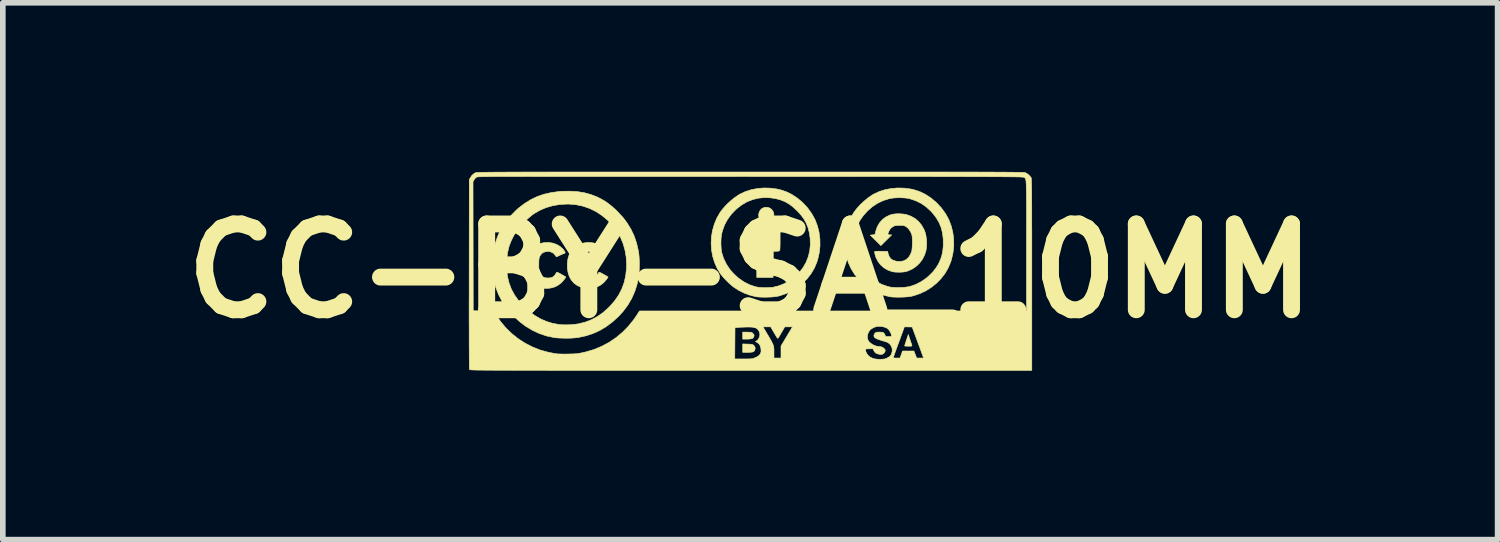
<source format=kicad_pcb>
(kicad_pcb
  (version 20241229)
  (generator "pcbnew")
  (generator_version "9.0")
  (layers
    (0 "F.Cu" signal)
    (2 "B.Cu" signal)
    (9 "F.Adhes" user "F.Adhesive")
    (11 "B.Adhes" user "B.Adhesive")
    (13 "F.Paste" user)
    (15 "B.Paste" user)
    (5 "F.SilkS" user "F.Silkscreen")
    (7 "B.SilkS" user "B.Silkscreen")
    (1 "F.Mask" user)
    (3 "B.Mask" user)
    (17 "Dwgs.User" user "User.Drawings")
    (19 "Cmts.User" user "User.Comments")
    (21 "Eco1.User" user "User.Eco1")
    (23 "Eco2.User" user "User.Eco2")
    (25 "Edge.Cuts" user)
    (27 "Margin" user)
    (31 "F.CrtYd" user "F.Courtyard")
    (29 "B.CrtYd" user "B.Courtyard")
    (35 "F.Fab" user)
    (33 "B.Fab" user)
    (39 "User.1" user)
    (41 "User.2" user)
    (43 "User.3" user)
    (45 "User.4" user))
  (footprint "CC-BY-SA_10MM"
    (layer "F.Cu")
    (at 10.276 1.763)
    (property "Reference" "CC-BY-SA_10MM" (at 0 0 0) (layer "F.SilkS") (effects (font (size 1.524 1.524) (thickness 0.3))))
    (attr exclude_from_pos_files exclude_from_bom)
    (fp_poly (pts (xy -0.047 1.299) (xy -0.007 1.3) (xy 0.021 1.303) (xy 0.04 1.307) (xy 0.053 1.313) (xy 0.06 1.318) (xy 0.081 1.342) (xy 0.089 1.372) (xy 0.082 1.404) (xy 0.073 1.421) (xy 0.06 1.432) (xy 0.04 1.44) (xy 0.01 1.444) (xy -0.031 1.446) (xy -0.051 1.446) (xy -0.133 1.446) (xy -0.133 1.296) (xy -0.047 1.299)) (stroke (width 0.01) (type solid)) (fill yes) (layer "F.SilkS"))
    (fp_poly (pts (xy -0.018 1.087) (xy 0.006 1.088) (xy 0.022 1.091) (xy 0.033 1.096) (xy 0.044 1.105) (xy 0.047 1.109) (xy 0.065 1.13) (xy 0.07 1.149) (xy 0.063 1.171) (xy 0.061 1.175) (xy 0.05 1.191) (xy 0.03 1.202) (xy -0.000403 1.208) (xy -0.043 1.211) (xy -0.064 1.211) (xy -0.133 1.211) (xy -0.133 1.086) (xy -0.054 1.086) (xy -0.018 1.087)) (stroke (width 0.01) (type solid)) (fill yes) (layer "F.SilkS"))
    (fp_poly (pts (xy 2.838 1.219) (xy 2.85 1.255) (xy 2.861 1.287) (xy 2.869 1.311) (xy 2.873 1.323) (xy 2.873 1.329) (xy 2.868 1.333) (xy 2.855 1.336) (xy 2.83 1.336) (xy 2.81 1.336) (xy 2.78 1.336) (xy 2.757 1.334) (xy 2.744 1.332) (xy 2.743 1.331) (xy 2.746 1.321) (xy 2.752 1.3) (xy 2.762 1.27) (xy 2.773 1.234) (xy 2.776 1.227) (xy 2.808 1.129) (xy 2.838 1.219)) (stroke (width 0.01) (type solid)) (fill yes) (layer "F.SilkS"))
    (fp_poly (pts (xy 0.314 -1.13) (xy 0.354 -1.114) (xy 0.386 -1.087) (xy 0.41 -1.05) (xy 0.421 -1.012) (xy 0.419 -0.974) (xy 0.407 -0.939) (xy 0.386 -0.908) (xy 0.358 -0.883) (xy 0.324 -0.867) (xy 0.286 -0.861) (xy 0.245 -0.867) (xy 0.219 -0.878) (xy 0.185 -0.903) (xy 0.162 -0.936) (xy 0.151 -0.973) (xy 0.151 -1.011) (xy 0.161 -1.048) (xy 0.18 -1.082) (xy 0.208 -1.109) (xy 0.245 -1.126) (xy 0.269 -1.131) (xy 0.314 -1.13)) (stroke (width 0.01) (type solid)) (fill yes) (layer "F.SilkS"))
    (fp_poly (pts (xy 0.512 -0.794) (xy 0.531 -0.774) (xy 0.531 -0.587) (xy 0.531 -0.534) (xy 0.531 -0.484) (xy 0.53 -0.44) (xy 0.529 -0.406) (xy 0.527 -0.383) (xy 0.527 -0.376) (xy 0.524 -0.364) (xy 0.518 -0.357) (xy 0.506 -0.353) (xy 0.485 -0.351) (xy 0.466 -0.35) (xy 0.41 -0.348) (xy 0.406 0.117) (xy 0.117 0.117) (xy 0.113 -0.348) (xy 0.057 -0.35) (xy 0 -0.352) (xy 0 -0.774) (xy 0.038 -0.813) (xy 0.493 -0.813) (xy 0.512 -0.794)) (stroke (width 0.01) (type solid)) (fill yes) (layer "F.SilkS"))
    (fp_poly (pts (xy -2.823 -0.505) (xy -2.748 -0.489) (xy -2.692 -0.468) (xy -2.663 -0.451) (xy -2.631 -0.426) (xy -2.598 -0.397) (xy -2.571 -0.369) (xy -2.554 -0.345) (xy -2.54 -0.322) (xy -2.616 -0.286) (xy -2.691 -0.25) (xy -2.709 -0.271) (xy -2.721 -0.287) (xy -2.727 -0.298) (xy -2.727 -0.299) (xy -2.734 -0.306) (xy -2.751 -0.318) (xy -2.774 -0.329) (xy -2.797 -0.34) (xy -2.818 -0.346) (xy -2.82 -0.347) (xy -2.856 -0.347) (xy -2.895 -0.339) (xy -2.931 -0.325) (xy -2.943 -0.316) (xy -2.961 -0.298) (xy -2.979 -0.273) (xy -2.986 -0.26) (xy -2.994 -0.244) (xy -2.999 -0.228) (xy -3.002 -0.209) (xy -3.004 -0.183) (xy -3.005 -0.148) (xy -3.005 -0.113) (xy -3.005 -0.069) (xy -3.004 -0.037) (xy -3.002 -0.014) (xy -2.999 0.004) (xy -2.993 0.02) (xy -2.984 0.037) (xy -2.981 0.043) (xy -2.958 0.081) (xy -2.93 0.106) (xy -2.895 0.12) (xy -2.85 0.125) (xy -2.842 0.125) (xy -2.801 0.122) (xy -2.768 0.114) (xy -2.741 0.096) (xy -2.716 0.068) (xy -2.69 0.027) (xy -2.689 0.025) (xy -2.683 0.023) (xy -2.668 0.027) (xy -2.645 0.038) (xy -2.61 0.057) (xy -2.606 0.059) (xy -2.575 0.077) (xy -2.549 0.092) (xy -2.532 0.102) (xy -2.525 0.106) (xy -2.528 0.114) (xy -2.538 0.13) (xy -2.554 0.151) (xy -2.573 0.175) (xy -2.594 0.198) (xy -2.613 0.216) (xy -2.613 0.217) (xy -2.67 0.259) (xy -2.736 0.289) (xy -2.807 0.306) (xy -2.884 0.31) (xy -2.942 0.304) (xy -3.017 0.285) (xy -3.081 0.253) (xy -3.137 0.21) (xy -3.182 0.156) (xy -3.216 0.092) (xy -3.238 0.019) (xy -3.249 -0.063) (xy -3.249 -0.134) (xy -3.238 -0.217) (xy -3.216 -0.289) (xy -3.183 -0.351) (xy -3.137 -0.404) (xy -3.08 -0.447) (xy -3.044 -0.467) (xy -2.974 -0.494) (xy -2.9 -0.506) (xy -2.823 -0.505)) (stroke (width 0.01) (type solid)) (fill yes) (layer "F.SilkS"))
    (fp_poly (pts (xy -3.508 -0.495) (xy -3.443 -0.473) (xy -3.384 -0.44) (xy -3.333 -0.397) (xy -3.305 -0.363) (xy -3.29 -0.337) (xy -3.287 -0.32) (xy -3.296 -0.313) (xy -3.299 -0.313) (xy -3.31 -0.309) (xy -3.33 -0.301) (xy -3.358 -0.289) (xy -3.375 -0.281) (xy -3.442 -0.25) (xy -3.46 -0.271) (xy -3.471 -0.287) (xy -3.477 -0.298) (xy -3.478 -0.299) (xy -3.484 -0.306) (xy -3.501 -0.318) (xy -3.524 -0.329) (xy -3.548 -0.34) (xy -3.568 -0.346) (xy -3.57 -0.347) (xy -3.606 -0.347) (xy -3.645 -0.339) (xy -3.681 -0.325) (xy -3.694 -0.316) (xy -3.712 -0.298) (xy -3.73 -0.273) (xy -3.737 -0.26) (xy -3.744 -0.244) (xy -3.749 -0.228) (xy -3.752 -0.209) (xy -3.754 -0.183) (xy -3.755 -0.148) (xy -3.755 -0.113) (xy -3.755 -0.069) (xy -3.754 -0.037) (xy -3.752 -0.014) (xy -3.749 0.004) (xy -3.743 0.02) (xy -3.735 0.037) (xy -3.732 0.043) (xy -3.708 0.081) (xy -3.68 0.106) (xy -3.646 0.12) (xy -3.601 0.125) (xy -3.592 0.125) (xy -3.551 0.122) (xy -3.518 0.114) (xy -3.491 0.096) (xy -3.466 0.068) (xy -3.44 0.027) (xy -3.439 0.025) (xy -3.433 0.023) (xy -3.419 0.027) (xy -3.395 0.038) (xy -3.36 0.057) (xy -3.356 0.059) (xy -3.325 0.077) (xy -3.299 0.092) (xy -3.282 0.102) (xy -3.276 0.106) (xy -3.278 0.114) (xy -3.288 0.13) (xy -3.304 0.151) (xy -3.324 0.175) (xy -3.344 0.198) (xy -3.363 0.216) (xy -3.364 0.217) (xy -3.421 0.259) (xy -3.486 0.289) (xy -3.558 0.306) (xy -3.634 0.31) (xy -3.693 0.304) (xy -3.767 0.285) (xy -3.833 0.253) (xy -3.888 0.209) (xy -3.933 0.154) (xy -3.967 0.088) (xy -3.989 0.014) (xy -3.999 -0.065) (xy -3.999 -0.143) (xy -3.987 -0.218) (xy -3.966 -0.285) (xy -3.959 -0.301) (xy -3.933 -0.341) (xy -3.897 -0.383) (xy -3.854 -0.421) (xy -3.808 -0.454) (xy -3.785 -0.466) (xy -3.718 -0.492) (xy -3.648 -0.505) (xy -3.577 -0.506) (xy -3.508 -0.495)) (stroke (width 0.01) (type solid)) (fill yes) (layer "F.SilkS"))
    (fp_poly (pts (xy 2.672 -1.015) (xy 2.728 -1.01) (xy 2.778 -1.001) (xy 2.778 -1) (xy 2.857 -0.972) (xy 2.929 -0.931) (xy 2.991 -0.878) (xy 3.044 -0.814) (xy 3.086 -0.74) (xy 3.107 -0.686) (xy 3.122 -0.627) (xy 3.131 -0.56) (xy 3.134 -0.49) (xy 3.131 -0.422) (xy 3.123 -0.364) (xy 3.097 -0.281) (xy 3.058 -0.205) (xy 3.007 -0.138) (xy 2.946 -0.08) (xy 2.876 -0.033) (xy 2.799 0.001) (xy 2.763 0.012) (xy 2.724 0.018) (xy 2.676 0.022) (xy 2.624 0.022) (xy 2.574 0.02) (xy 2.531 0.014) (xy 2.518 0.011) (xy 2.441 -0.017) (xy 2.373 -0.058) (xy 2.315 -0.109) (xy 2.268 -0.171) (xy 2.233 -0.241) (xy 2.216 -0.297) (xy 2.211 -0.325) (xy 2.21 -0.341) (xy 2.213 -0.348) (xy 2.215 -0.348) (xy 2.226 -0.35) (xy 2.249 -0.35) (xy 2.282 -0.351) (xy 2.321 -0.35) (xy 2.332 -0.35) (xy 2.441 -0.348) (xy 2.451 -0.305) (xy 2.469 -0.256) (xy 2.496 -0.219) (xy 2.534 -0.193) (xy 2.583 -0.176) (xy 2.603 -0.172) (xy 2.666 -0.168) (xy 2.722 -0.178) (xy 2.77 -0.202) (xy 2.812 -0.239) (xy 2.845 -0.291) (xy 2.866 -0.339) (xy 2.872 -0.365) (xy 2.876 -0.403) (xy 2.879 -0.448) (xy 2.881 -0.496) (xy 2.88 -0.545) (xy 2.878 -0.589) (xy 2.875 -0.625) (xy 2.87 -0.645) (xy 2.85 -0.693) (xy 2.822 -0.737) (xy 2.789 -0.772) (xy 2.771 -0.785) (xy 2.752 -0.796) (xy 2.736 -0.803) (xy 2.718 -0.807) (xy 2.693 -0.809) (xy 2.657 -0.809) (xy 2.654 -0.809) (xy 2.615 -0.808) (xy 2.587 -0.806) (xy 2.567 -0.802) (xy 2.549 -0.795) (xy 2.544 -0.792) (xy 2.507 -0.767) (xy 2.48 -0.736) (xy 2.463 -0.703) (xy 2.45 -0.674) (xy 2.447 -0.655) (xy 2.452 -0.645) (xy 2.468 -0.641) (xy 2.479 -0.641) (xy 2.513 -0.641) (xy 2.417 -0.545) (xy 2.321 -0.45) (xy 2.227 -0.543) (xy 2.133 -0.637) (xy 2.174 -0.641) (xy 2.215 -0.645) (xy 2.229 -0.702) (xy 2.255 -0.78) (xy 2.293 -0.849) (xy 2.343 -0.907) (xy 2.402 -0.954) (xy 2.471 -0.989) (xy 2.518 -1.005) (xy 2.561 -1.012) (xy 2.615 -1.016) (xy 2.672 -1.015)) (stroke (width 0.01) (type solid)) (fill yes) (layer "F.SilkS"))
    (fp_poly (pts (xy 0.359 -1.471) (xy 0.475 -1.456) (xy 0.536 -1.442) (xy 0.639 -1.408) (xy 0.739 -1.359) (xy 0.835 -1.296) (xy 0.927 -1.219) (xy 1.012 -1.129) (xy 1.027 -1.11) (xy 1.096 -1.014) (xy 1.152 -0.911) (xy 1.194 -0.801) (xy 1.223 -0.686) (xy 1.238 -0.568) (xy 1.24 -0.447) (xy 1.227 -0.326) (xy 1.2 -0.206) (xy 1.184 -0.157) (xy 1.141 -0.053) (xy 1.084 0.044) (xy 1.014 0.135) (xy 0.934 0.217) (xy 0.844 0.289) (xy 0.745 0.352) (xy 0.639 0.402) (xy 0.526 0.44) (xy 0.487 0.45) (xy 0.45 0.456) (xy 0.402 0.461) (xy 0.346 0.464) (xy 0.287 0.466) (xy 0.228 0.466) (xy 0.174 0.464) (xy 0.128 0.461) (xy 0.101 0.457) (xy -0.004 0.431) (xy -0.107 0.393) (xy -0.204 0.345) (xy -0.29 0.289) (xy -0.293 0.288) (xy -0.334 0.254) (xy -0.379 0.214) (xy -0.425 0.169) (xy -0.468 0.124) (xy -0.504 0.082) (xy -0.526 0.054) (xy -0.586 -0.044) (xy -0.632 -0.148) (xy -0.666 -0.258) (xy -0.687 -0.372) (xy -0.694 -0.488) (xy -0.693 -0.508) (xy -0.52 -0.508) (xy -0.519 -0.447) (xy -0.515 -0.391) (xy -0.509 -0.343) (xy -0.506 -0.326) (xy -0.472 -0.22) (xy -0.423 -0.121) (xy -0.361 -0.027) (xy -0.286 0.057) (xy -0.201 0.133) (xy -0.11 0.195) (xy -0.016 0.243) (xy 0.081 0.277) (xy 0.139 0.289) (xy 0.172 0.293) (xy 0.216 0.295) (xy 0.266 0.296) (xy 0.316 0.295) (xy 0.362 0.293) (xy 0.4 0.29) (xy 0.406 0.289) (xy 0.498 0.267) (xy 0.59 0.232) (xy 0.68 0.186) (xy 0.763 0.129) (xy 0.793 0.105) (xy 0.872 0.027) (xy 0.938 -0.059) (xy 0.992 -0.152) (xy 1.031 -0.252) (xy 1.057 -0.357) (xy 1.068 -0.467) (xy 1.064 -0.58) (xy 1.064 -0.585) (xy 1.049 -0.684) (xy 1.026 -0.772) (xy 0.994 -0.852) (xy 0.951 -0.927) (xy 0.895 -1.002) (xy 0.844 -1.057) (xy 0.77 -1.128) (xy 0.696 -1.185) (xy 0.619 -1.23) (xy 0.537 -1.263) (xy 0.447 -1.286) (xy 0.361 -1.299) (xy 0.252 -1.303) (xy 0.145 -1.293) (xy 0.041 -1.267) (xy -0.059 -1.227) (xy -0.153 -1.172) (xy -0.242 -1.103) (xy -0.256 -1.09) (xy -0.336 -1.007) (xy -0.402 -0.917) (xy -0.454 -0.821) (xy -0.492 -0.717) (xy -0.505 -0.668) (xy -0.513 -0.623) (xy -0.518 -0.568) (xy -0.52 -0.508) (xy -0.693 -0.508) (xy -0.689 -0.604) (xy -0.67 -0.718) (xy -0.638 -0.83) (xy -0.594 -0.938) (xy -0.535 -1.039) (xy -0.534 -1.041) (xy -0.485 -1.106) (xy -0.425 -1.173) (xy -0.357 -1.237) (xy -0.286 -1.296) (xy -0.215 -1.345) (xy -0.184 -1.364) (xy -0.088 -1.409) (xy 0.017 -1.443) (xy 0.128 -1.464) (xy 0.242 -1.474) (xy 0.359 -1.471)) (stroke (width 0.01) (type solid)) (fill yes) (layer "F.SilkS"))
    (fp_poly (pts (xy 2.735 -1.471) (xy 2.851 -1.456) (xy 2.911 -1.442) (xy 3.015 -1.408) (xy 3.115 -1.359) (xy 3.211 -1.296) (xy 3.303 -1.219) (xy 3.388 -1.129) (xy 3.403 -1.11) (xy 3.472 -1.014) (xy 3.528 -0.911) (xy 3.57 -0.801) (xy 3.599 -0.686) (xy 3.614 -0.568) (xy 3.616 -0.447) (xy 3.603 -0.326) (xy 3.576 -0.206) (xy 3.56 -0.157) (xy 3.517 -0.053) (xy 3.46 0.044) (xy 3.39 0.135) (xy 3.31 0.217) (xy 3.22 0.289) (xy 3.121 0.352) (xy 3.015 0.402) (xy 2.902 0.44) (xy 2.863 0.45) (xy 2.826 0.456) (xy 2.778 0.461) (xy 2.722 0.464) (xy 2.663 0.466) (xy 2.604 0.466) (xy 2.55 0.464) (xy 2.504 0.461) (xy 2.477 0.457) (xy 2.372 0.431) (xy 2.269 0.393) (xy 2.172 0.345) (xy 2.085 0.289) (xy 2.083 0.288) (xy 2.042 0.254) (xy 1.997 0.214) (xy 1.951 0.169) (xy 1.908 0.124) (xy 1.872 0.082) (xy 1.85 0.054) (xy 1.79 -0.044) (xy 1.743 -0.148) (xy 1.71 -0.258) (xy 1.689 -0.372) (xy 1.682 -0.486) (xy 1.846 -0.486) (xy 1.847 -0.459) (xy 1.857 -0.355) (xy 1.879 -0.258) (xy 1.915 -0.168) (xy 1.964 -0.081) (xy 2.028 0.002) (xy 2.082 0.059) (xy 2.165 0.134) (xy 2.25 0.193) (xy 2.34 0.24) (xy 2.435 0.273) (xy 2.485 0.286) (xy 2.526 0.291) (xy 2.577 0.294) (xy 2.635 0.295) (xy 2.695 0.293) (xy 2.752 0.289) (xy 2.803 0.282) (xy 2.839 0.275) (xy 2.942 0.239) (xy 3.039 0.189) (xy 3.131 0.125) (xy 3.184 0.078) (xy 3.247 0.014) (xy 3.298 -0.051) (xy 3.34 -0.118) (xy 3.357 -0.152) (xy 3.386 -0.219) (xy 3.406 -0.284) (xy 3.42 -0.352) (xy 3.428 -0.429) (xy 3.429 -0.462) (xy 3.428 -0.575) (xy 3.415 -0.677) (xy 3.391 -0.772) (xy 3.354 -0.861) (xy 3.304 -0.945) (xy 3.24 -1.028) (xy 3.209 -1.062) (xy 3.126 -1.138) (xy 3.037 -1.2) (xy 2.941 -1.247) (xy 2.838 -1.282) (xy 2.817 -1.287) (xy 2.761 -1.296) (xy 2.695 -1.3) (xy 2.625 -1.301) (xy 2.556 -1.297) (xy 2.494 -1.289) (xy 2.467 -1.283) (xy 2.36 -1.249) (xy 2.261 -1.202) (xy 2.168 -1.14) (xy 2.084 -1.066) (xy 2.008 -0.982) (xy 1.947 -0.894) (xy 1.901 -0.801) (xy 1.869 -0.703) (xy 1.851 -0.598) (xy 1.846 -0.486) (xy 1.682 -0.486) (xy 1.681 -0.488) (xy 1.687 -0.604) (xy 1.706 -0.718) (xy 1.737 -0.83) (xy 1.782 -0.938) (xy 1.84 -1.039) (xy 1.842 -1.041) (xy 1.891 -1.106) (xy 1.951 -1.173) (xy 2.019 -1.237) (xy 2.09 -1.296) (xy 2.16 -1.345) (xy 2.192 -1.364) (xy 2.288 -1.409) (xy 2.393 -1.443) (xy 2.504 -1.464) (xy 2.618 -1.474) (xy 2.735 -1.471)) (stroke (width 0.01) (type solid)) (fill yes) (layer "F.SilkS"))
    (fp_poly (pts (xy -3.069 -1.409) (xy -2.945 -1.389) (xy -2.828 -1.357) (xy -2.716 -1.313) (xy -2.676 -1.293) (xy -2.602 -1.253) (xy -2.533 -1.207) (xy -2.466 -1.155) (xy -2.396 -1.093) (xy -2.373 -1.071) (xy -2.273 -0.965) (xy -2.189 -0.856) (xy -2.118 -0.741) (xy -2.061 -0.621) (xy -2.018 -0.493) (xy -1.987 -0.358) (xy -1.981 -0.322) (xy -1.975 -0.27) (xy -1.971 -0.206) (xy -1.969 -0.136) (xy -1.97 -0.065) (xy -1.972 0.003) (xy -1.977 0.064) (xy -1.981 0.094) (xy -2.008 0.232) (xy -2.05 0.364) (xy -2.105 0.489) (xy -2.175 0.608) (xy -2.259 0.72) (xy -2.337 0.805) (xy -2.444 0.903) (xy -2.554 0.986) (xy -2.669 1.055) (xy -2.789 1.11) (xy -2.916 1.152) (xy -3.051 1.181) (xy -3.07 1.184) (xy -3.118 1.189) (xy -3.177 1.193) (xy -3.243 1.195) (xy -3.311 1.194) (xy -3.376 1.192) (xy -3.435 1.189) (xy -3.482 1.183) (xy -3.617 1.155) (xy -3.747 1.111) (xy -3.871 1.053) (xy -3.991 0.981) (xy -4.104 0.894) (xy -4.212 0.793) (xy -4.231 0.772) (xy -4.325 0.661) (xy -4.405 0.544) (xy -4.47 0.42) (xy -4.52 0.291) (xy -4.557 0.156) (xy -4.565 0.103) (xy -4.572 0.039) (xy -4.577 -0.032) (xy -4.579 -0.105) (xy -4.579 -0.152) (xy -4.327 -0.152) (xy -4.326 -0.022) (xy -4.311 0.101) (xy -4.283 0.215) (xy -4.242 0.324) (xy -4.186 0.427) (xy -4.116 0.525) (xy -4.031 0.62) (xy -4.029 0.622) (xy -3.931 0.713) (xy -3.83 0.789) (xy -3.727 0.85) (xy -3.62 0.897) (xy -3.508 0.931) (xy -3.39 0.952) (xy -3.38 0.953) (xy -3.326 0.957) (xy -3.261 0.957) (xy -3.193 0.955) (xy -3.126 0.949) (xy -3.065 0.941) (xy -3.048 0.938) (xy -2.931 0.909) (xy -2.822 0.867) (xy -2.719 0.812) (xy -2.62 0.744) (xy -2.525 0.66) (xy -2.488 0.623) (xy -2.404 0.526) (xy -2.335 0.425) (xy -2.28 0.318) (xy -2.239 0.205) (xy -2.212 0.086) (xy -2.198 -0.04) (xy -2.196 -0.109) (xy -2.203 -0.244) (xy -2.225 -0.372) (xy -2.26 -0.493) (xy -2.309 -0.608) (xy -2.373 -0.715) (xy -2.45 -0.816) (xy -2.533 -0.902) (xy -2.635 -0.986) (xy -2.741 -1.056) (xy -2.854 -1.111) (xy -2.971 -1.151) (xy -3.094 -1.177) (xy -3.221 -1.188) (xy -3.25 -1.188) (xy -3.38 -1.181) (xy -3.505 -1.16) (xy -3.624 -1.126) (xy -3.736 -1.078) (xy -3.84 -1.018) (xy -3.876 -0.992) (xy -3.916 -0.959) (xy -3.963 -0.918) (xy -4.011 -0.87) (xy -4.057 -0.822) (xy -4.098 -0.775) (xy -4.128 -0.738) (xy -4.193 -0.639) (xy -4.244 -0.54) (xy -4.283 -0.439) (xy -4.309 -0.331) (xy -4.324 -0.216) (xy -4.327 -0.152) (xy -4.579 -0.152) (xy -4.579 -0.176) (xy -4.576 -0.241) (xy -4.573 -0.279) (xy -4.554 -0.388) (xy -4.527 -0.497) (xy -4.491 -0.602) (xy -4.449 -0.698) (xy -4.433 -0.727) (xy -4.375 -0.822) (xy -4.306 -0.917) (xy -4.229 -1.006) (xy -4.149 -1.086) (xy -4.117 -1.115) (xy -4.01 -1.197) (xy -3.9 -1.265) (xy -3.787 -1.32) (xy -3.668 -1.362) (xy -3.542 -1.391) (xy -3.406 -1.41) (xy -3.344 -1.415) (xy -3.202 -1.417) (xy -3.069 -1.409)) (stroke (width 0.01) (type solid)) (fill yes) (layer "F.SilkS"))
    (fp_poly (pts (xy 0.951 -1.758) (xy 1.238 -1.758) (xy 1.511 -1.758) (xy 1.77 -1.758) (xy 2.016 -1.758) (xy 2.248 -1.758) (xy 2.468 -1.758) (xy 2.675 -1.758) (xy 2.87 -1.758) (xy 3.054 -1.758) (xy 3.226 -1.758) (xy 3.387 -1.758) (xy 3.538 -1.757) (xy 3.678 -1.757) (xy 3.808 -1.757) (xy 3.929 -1.757) (xy 4.04 -1.757) (xy 4.143 -1.756) (xy 4.237 -1.756) (xy 4.323 -1.756) (xy 4.401 -1.755) (xy 4.472 -1.755) (xy 4.536 -1.755) (xy 4.593 -1.754) (xy 4.644 -1.754) (xy 4.689 -1.753) (xy 4.728 -1.753) (xy 4.761 -1.752) (xy 4.79 -1.752) (xy 4.815 -1.751) (xy 4.835 -1.75) (xy 4.851 -1.75) (xy 4.864 -1.749) (xy 4.873 -1.748) (xy 4.88 -1.748) (xy 4.884 -1.747) (xy 4.886 -1.746) (xy 4.918 -1.729) (xy 4.951 -1.703) (xy 4.979 -1.673) (xy 4.991 -1.655) (xy 4.992 -1.651) (xy 4.993 -1.643) (xy 4.994 -1.631) (xy 4.995 -1.615) (xy 4.996 -1.593) (xy 4.997 -1.564) (xy 4.998 -1.53) (xy 4.998 -1.488) (xy 4.999 -1.439) (xy 5 -1.381) (xy 5 -1.314) (xy 5 -1.238) (xy 5.001 -1.151) (xy 5.001 -1.055) (xy 5.001 -0.946) (xy 5.001 -0.826) (xy 5.002 -0.694) (xy 5.002 -0.548) (xy 5.002 -0.389) (xy 5.002 -0.216) (xy 5.002 -0.028) (xy 5.002 0.066) (xy 5.002 1.766) (xy -0.322 1.766) (xy -0.641 1.766) (xy -0.945 1.766) (xy -1.235 1.766) (xy -1.51 1.766) (xy -1.772 1.766) (xy -2.02 1.766) (xy -2.255 1.766) (xy -2.477 1.766) (xy -2.687 1.766) (xy -2.884 1.766) (xy -3.07 1.766) (xy -3.245 1.766) (xy -3.409 1.766) (xy -3.562 1.766) (xy -3.704 1.765) (xy -3.837 1.765) (xy -3.961 1.765) (xy -4.075 1.765) (xy -4.18 1.765) (xy -4.277 1.764) (xy -4.365 1.764) (xy -4.446 1.764) (xy -4.52 1.764) (xy -4.586 1.763) (xy -4.646 1.763) (xy -4.7 1.763) (xy -4.747 1.762) (xy -4.789 1.762) (xy -4.826 1.761) (xy -4.857 1.761) (xy -4.884 1.76) (xy -4.907 1.759) (xy -4.927 1.759) (xy -4.942 1.758) (xy -4.955 1.757) (xy -4.965 1.757) (xy -4.972 1.756) (xy -4.977 1.755) (xy -4.981 1.754) (xy -4.984 1.753) (xy -4.985 1.752) (xy -4.986 1.751) (xy -4.986 1.751) (xy -4.987 1.743) (xy -4.988 1.721) (xy -4.989 1.687) (xy -4.99 1.639) (xy -4.99 1.578) (xy -4.99 1.563) (xy -0.274 1.563) (xy -0.122 1.563) (xy -0.067 1.563) (xy -0.026 1.562) (xy 0.005 1.561) (xy 0.029 1.559) (xy 0.048 1.555) (xy 0.065 1.55) (xy 0.073 1.547) (xy 0.124 1.524) (xy 0.16 1.498) (xy 0.183 1.468) (xy 0.193 1.431) (xy 0.191 1.386) (xy 0.189 1.373) (xy 0.178 1.332) (xy 0.162 1.302) (xy 0.137 1.279) (xy 0.123 1.27) (xy 0.094 1.254) (xy 0.117 1.24) (xy 0.138 1.22) (xy 0.156 1.191) (xy 0.168 1.157) (xy 0.172 1.13) (xy 0.168 1.104) (xy 0.159 1.076) (xy 0.157 1.071) (xy 0.142 1.047) (xy 0.124 1.028) (xy 0.102 1.014) (xy 0.073 1.004) (xy 0.036 0.998) (xy -0.012 0.996) (xy -0.072 0.996) (xy -0.125 0.998) (xy -0.27 1.004) (xy -0.272 1.284) (xy -0.274 1.563) (xy -4.99 1.563) (xy -4.991 1.503) (xy -4.991 1.414) (xy -4.992 1.311) (xy -4.992 1.194) (xy -4.992 1.062) (xy -4.993 0.916) (xy -4.993 0.755) (xy -4.993 0.58) (xy -4.992 0.389) (xy -4.992 0.182) (xy -4.992 0.057) (xy -4.99 -1.583) (xy -4.924 -1.583) (xy -4.922 -0.438) (xy -4.92 0.707) (xy -4.739 0.709) (xy -4.557 0.711) (xy -4.517 0.777) (xy -4.435 0.898) (xy -4.341 1.01) (xy -4.236 1.112) (xy -4.121 1.204) (xy -3.998 1.283) (xy -3.868 1.35) (xy -3.732 1.404) (xy -3.591 1.443) (xy -3.56 1.45) (xy -3.521 1.457) (xy -3.485 1.464) (xy -3.456 1.469) (xy -3.439 1.472) (xy -3.41 1.474) (xy -3.369 1.475) (xy -3.321 1.476) (xy -3.267 1.476) (xy -3.214 1.475) (xy -3.163 1.474) (xy -3.119 1.472) (xy -3.086 1.47) (xy -3.079 1.469) (xy -3.044 1.464) (xy -3 1.456) (xy -2.953 1.446) (xy -2.916 1.437) (xy -2.771 1.394) (xy -2.633 1.336) (xy -2.501 1.265) (xy -2.378 1.181) (xy -2.263 1.084) (xy -2.174 0.993) (xy 0.227 0.993) (xy 0.263 1.053) (xy 0.302 1.12) (xy 0.335 1.175) (xy 0.361 1.22) (xy 0.381 1.256) (xy 0.396 1.287) (xy 0.407 1.312) (xy 0.414 1.334) (xy 0.419 1.355) (xy 0.421 1.376) (xy 0.422 1.399) (xy 0.422 1.426) (xy 0.422 1.442) (xy 0.422 1.547) (xy 0.547 1.547) (xy 0.547 1.44) (xy 0.547 1.401) (xy 2.048 1.401) (xy 2.056 1.437) (xy 2.075 1.474) (xy 2.103 1.508) (xy 2.127 1.527) (xy 2.168 1.549) (xy 2.213 1.562) (xy 2.265 1.568) (xy 2.313 1.569) (xy 2.353 1.567) (xy 2.382 1.564) (xy 2.404 1.559) (xy 2.424 1.551) (xy 2.434 1.546) (xy 2.441 1.542) (xy 2.54 1.542) (xy 2.547 1.545) (xy 2.566 1.546) (xy 2.593 1.547) (xy 2.601 1.547) (xy 2.661 1.547) (xy 2.706 1.422) (xy 2.908 1.422) (xy 2.918 1.448) (xy 2.927 1.471) (xy 2.938 1.499) (xy 2.942 1.51) (xy 2.956 1.547) (xy 3.017 1.547) (xy 3.046 1.547) (xy 3.068 1.547) (xy 3.079 1.546) (xy 3.079 1.545) (xy 3.076 1.538) (xy 3.069 1.517) (xy 3.057 1.485) (xy 3.042 1.444) (xy 3.024 1.394) (xy 3.003 1.337) (xy 2.98 1.276) (xy 2.978 1.27) (xy 2.877 0.996) (xy 2.808 0.994) (xy 2.739 0.992) (xy 2.64 1.265) (xy 2.617 1.326) (xy 2.596 1.384) (xy 2.578 1.434) (xy 2.562 1.477) (xy 2.551 1.511) (xy 2.543 1.533) (xy 2.54 1.542) (xy 2.54 1.542) (xy 2.441 1.542) (xy 2.467 1.527) (xy 2.49 1.507) (xy 2.506 1.482) (xy 2.512 1.467) (xy 2.523 1.423) (xy 2.521 1.378) (xy 2.506 1.336) (xy 2.481 1.3) (xy 2.446 1.272) (xy 2.411 1.258) (xy 2.345 1.239) (xy 2.289 1.221) (xy 2.246 1.204) (xy 2.216 1.187) (xy 2.21 1.182) (xy 2.198 1.162) (xy 2.198 1.138) (xy 2.211 1.113) (xy 2.215 1.107) (xy 2.226 1.097) (xy 2.238 1.09) (xy 2.255 1.087) (xy 2.282 1.086) (xy 2.297 1.086) (xy 2.328 1.087) (xy 2.348 1.089) (xy 2.361 1.093) (xy 2.372 1.102) (xy 2.379 1.11) (xy 2.392 1.13) (xy 2.399 1.147) (xy 2.399 1.149) (xy 2.401 1.157) (xy 2.408 1.162) (xy 2.424 1.164) (xy 2.452 1.164) (xy 2.454 1.164) (xy 2.483 1.164) (xy 2.499 1.163) (xy 2.507 1.158) (xy 2.509 1.15) (xy 2.509 1.145) (xy 2.504 1.122) (xy 2.492 1.094) (xy 2.476 1.065) (xy 2.459 1.041) (xy 2.453 1.034) (xy 2.416 1.009) (xy 2.369 0.993) (xy 2.318 0.984) (xy 2.266 0.985) (xy 2.217 0.996) (xy 2.194 1.005) (xy 2.155 1.027) (xy 2.128 1.05) (xy 2.107 1.078) (xy 2.101 1.089) (xy 2.084 1.137) (xy 2.081 1.185) (xy 2.093 1.229) (xy 2.115 1.262) (xy 2.149 1.291) (xy 2.191 1.316) (xy 2.238 1.334) (xy 2.286 1.343) (xy 2.306 1.344) (xy 2.334 1.349) (xy 2.361 1.363) (xy 2.384 1.382) (xy 2.397 1.403) (xy 2.399 1.413) (xy 2.392 1.438) (xy 2.375 1.461) (xy 2.351 1.478) (xy 2.34 1.482) (xy 2.316 1.483) (xy 2.285 1.478) (xy 2.253 1.469) (xy 2.229 1.457) (xy 2.215 1.443) (xy 2.2 1.422) (xy 2.196 1.414) (xy 2.18 1.383) (xy 2.114 1.383) (xy 2.082 1.384) (xy 2.062 1.385) (xy 2.052 1.388) (xy 2.049 1.393) (xy 2.048 1.401) (xy 0.547 1.401) (xy 0.547 1.333) (xy 0.634 1.188) (xy 0.66 1.144) (xy 0.685 1.102) (xy 0.707 1.066) (xy 0.724 1.038) (xy 0.734 1.021) (xy 0.736 1.018) (xy 0.752 0.993) (xy 0.683 0.993) (xy 0.614 0.993) (xy 0.561 1.085) (xy 0.54 1.12) (xy 0.522 1.152) (xy 0.507 1.176) (xy 0.498 1.19) (xy 0.497 1.192) (xy 0.493 1.196) (xy 0.487 1.195) (xy 0.479 1.187) (xy 0.468 1.171) (xy 0.452 1.144) (xy 0.429 1.106) (xy 0.425 1.099) (xy 0.364 0.993) (xy 0.227 0.993) (xy -2.174 0.993) (xy -2.158 0.976) (xy -2.063 0.857) (xy -2.013 0.783) (xy -1.967 0.711) (xy 4.908 0.711) (xy 4.908 -0.446) (xy 4.908 -0.605) (xy 4.908 -0.749) (xy 4.908 -0.88) (xy 4.908 -0.996) (xy 4.908 -1.101) (xy 4.908 -1.193) (xy 4.907 -1.274) (xy 4.907 -1.345) (xy 4.906 -1.406) (xy 4.905 -1.458) (xy 4.904 -1.502) (xy 4.903 -1.538) (xy 4.901 -1.568) (xy 4.899 -1.592) (xy 4.897 -1.611) (xy 4.894 -1.625) (xy 4.891 -1.635) (xy 4.887 -1.643) (xy 4.883 -1.648) (xy 4.878 -1.652) (xy 4.873 -1.656) (xy 4.868 -1.659) (xy 4.864 -1.662) (xy 4.862 -1.663) (xy 4.859 -1.664) (xy 4.856 -1.664) (xy 4.851 -1.665) (xy 4.845 -1.666) (xy 4.836 -1.667) (xy 4.825 -1.668) (xy 4.812 -1.668) (xy 4.795 -1.669) (xy 4.774 -1.67) (xy 4.75 -1.67) (xy 4.721 -1.671) (xy 4.688 -1.671) (xy 4.649 -1.672) (xy 4.606 -1.672) (xy 4.556 -1.673) (xy 4.501 -1.673) (xy 4.438 -1.674) (xy 4.37 -1.674) (xy 4.294 -1.674) (xy 4.21 -1.675) (xy 4.119 -1.675) (xy 4.019 -1.675) (xy 3.91 -1.675) (xy 3.793 -1.676) (xy 3.666 -1.676) (xy 3.53 -1.676) (xy 3.383 -1.676) (xy 3.226 -1.677) (xy 3.058 -1.677) (xy 2.879 -1.677) (xy 2.688 -1.677) (xy 2.485 -1.677) (xy 2.271 -1.677) (xy 2.043 -1.677) (xy 1.802 -1.678) (xy 1.548 -1.678) (xy 1.281 -1.678) (xy 0.999 -1.678) (xy 0.703 -1.678) (xy 0.392 -1.678) (xy 0.065 -1.678) (xy 0.004 -1.678) (xy -0.325 -1.679) (xy -0.639 -1.679) (xy -0.939 -1.679) (xy -1.223 -1.679) (xy -1.494 -1.679) (xy -1.75 -1.679) (xy -1.993 -1.679) (xy -2.223 -1.679) (xy -2.441 -1.679) (xy -2.646 -1.679) (xy -2.839 -1.679) (xy -3.02 -1.679) (xy -3.19 -1.679) (xy -3.349 -1.679) (xy -3.498 -1.679) (xy -3.637 -1.679) (xy -3.765 -1.679) (xy -3.885 -1.679) (xy -3.995 -1.678) (xy -4.096 -1.678) (xy -4.189 -1.678) (xy -4.275 -1.678) (xy -4.352 -1.678) (xy -4.422 -1.677) (xy -4.486 -1.677) (xy -4.543 -1.677) (xy -4.593 -1.676) (xy -4.638 -1.676) (xy -4.678 -1.675) (xy -4.712 -1.675) (xy -4.742 -1.674) (xy -4.767 -1.674) (xy -4.789 -1.673) (xy -4.806 -1.672) (xy -4.821 -1.672) (xy -4.832 -1.671) (xy -4.842 -1.67) (xy -4.848 -1.669) (xy -4.854 -1.668) (xy -4.857 -1.668) (xy -4.86 -1.667) (xy -4.861 -1.666) (xy -4.887 -1.645) (xy -4.906 -1.617) (xy -4.924 -1.583) (xy -4.99 -1.583) (xy -4.99 -1.622) (xy -4.973 -1.653) (xy -4.943 -1.698) (xy -4.906 -1.73) (xy -4.883 -1.743) (xy -4.88 -1.744) (xy -4.877 -1.745) (xy -4.873 -1.746) (xy -4.868 -1.747) (xy -4.862 -1.748) (xy -4.853 -1.748) (xy -4.842 -1.749) (xy -4.829 -1.75) (xy -4.812 -1.751) (xy -4.792 -1.751) (xy -4.768 -1.752) (xy -4.74 -1.752) (xy -4.707 -1.753) (xy -4.67 -1.753) (xy -4.627 -1.754) (xy -4.579 -1.754) (xy -4.524 -1.755) (xy -4.464 -1.755) (xy -4.396 -1.755) (xy -4.322 -1.756) (xy -4.24 -1.756) (xy -4.151 -1.756) (xy -4.053 -1.757) (xy -3.946 -1.757) (xy -3.831 -1.757) (xy -3.707 -1.757) (xy -3.573 -1.757) (xy -3.429 -1.758) (xy -3.274 -1.758) (xy -3.109 -1.758) (xy -2.933 -1.758) (xy -2.745 -1.758) (xy -2.546 -1.758) (xy -2.334 -1.758) (xy -2.11 -1.758) (xy -1.873 -1.758) (xy -1.622 -1.758) (xy -1.358 -1.758) (xy -1.08 -1.758) (xy -0.788 -1.758) (xy -0.481 -1.758) (xy -0.158 -1.758) (xy 0.001 -1.758) (xy 0.333 -1.758) (xy 0.649 -1.758) (xy 0.951 -1.758)) (stroke (width 0.01) (type solid)) (fill yes) (layer "F.SilkS")))
  (gr_rect
    (start -3 -3)
    (end 23.552 6.535)
    (stroke (width 0.1) (type default))
    (fill no)
    (layer "Edge.Cuts")))
</source>
